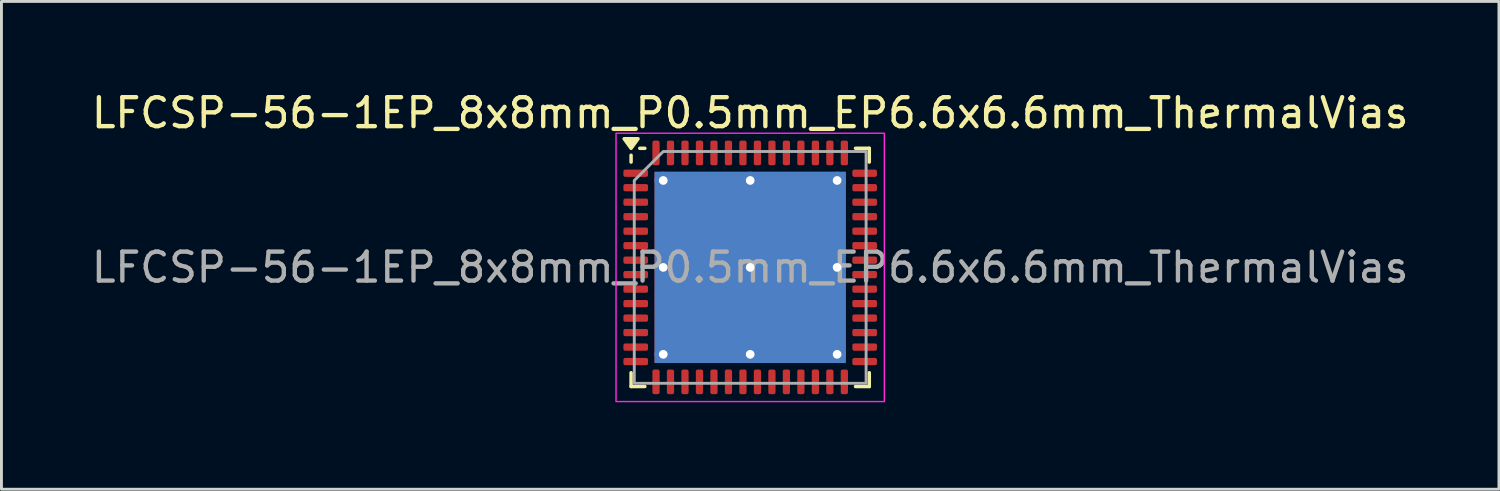
<source format=kicad_pcb>
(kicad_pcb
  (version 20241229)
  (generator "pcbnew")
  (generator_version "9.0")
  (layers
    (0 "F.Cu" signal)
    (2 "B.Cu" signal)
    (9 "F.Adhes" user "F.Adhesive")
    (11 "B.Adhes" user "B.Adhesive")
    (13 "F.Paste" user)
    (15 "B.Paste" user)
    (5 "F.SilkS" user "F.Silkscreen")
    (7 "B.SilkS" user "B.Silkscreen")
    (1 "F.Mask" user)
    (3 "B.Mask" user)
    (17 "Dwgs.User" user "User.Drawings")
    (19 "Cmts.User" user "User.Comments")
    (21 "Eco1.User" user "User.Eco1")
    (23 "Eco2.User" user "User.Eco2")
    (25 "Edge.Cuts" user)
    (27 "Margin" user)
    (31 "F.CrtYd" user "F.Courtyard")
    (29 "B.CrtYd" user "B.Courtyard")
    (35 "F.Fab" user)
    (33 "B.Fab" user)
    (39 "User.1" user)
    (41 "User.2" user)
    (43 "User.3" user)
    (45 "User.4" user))
  (footprint "LFCSP-56-1EP_8x8mm_P0.5mm_EP6.6x6.6mm_ThermalVias"
    (layer "F.Cu")
    (at 22.839 6.178)
    (property "Reference" "LFCSP-56-1EP_8x8mm_P0.5mm_EP6.6x6.6mm_ThermalVias" (at 0 -5.33 0) (layer "F.SilkS") (effects (font (size 1 1) (thickness 0.15))))
    (attr smd)
    (fp_line (start -4.11 -3.635) (end -4.11 -3.87) (stroke (width 0.12) (type solid)) (layer "F.SilkS"))
    (fp_line (start -4.11 4.11) (end -4.11 3.635) (stroke (width 0.12) (type solid)) (layer "F.SilkS"))
    (fp_line (start -3.635 -4.11) (end -3.81 -4.11) (stroke (width 0.12) (type solid)) (layer "F.SilkS"))
    (fp_line (start -3.635 4.11) (end -4.11 4.11) (stroke (width 0.12) (type solid)) (layer "F.SilkS"))
    (fp_line (start 3.635 -4.11) (end 4.11 -4.11) (stroke (width 0.12) (type solid)) (layer "F.SilkS"))
    (fp_line (start 3.635 4.11) (end 4.11 4.11) (stroke (width 0.12) (type solid)) (layer "F.SilkS"))
    (fp_line (start 4.11 -4.11) (end 4.11 -3.635) (stroke (width 0.12) (type solid)) (layer "F.SilkS"))
    (fp_line (start 4.11 4.11) (end 4.11 3.635) (stroke (width 0.12) (type solid)) (layer "F.SilkS"))
    (fp_poly (pts (xy -4.11 -4.11) (xy -4.35 -4.44) (xy -3.87 -4.44)) (stroke (width 0.12) (type solid)) (fill yes) (layer "F.SilkS"))
    (fp_rect (start -4.63 -4.63) (end 4.63 4.63) (stroke (width 0.05) (type solid)) (fill no) (layer "F.CrtYd"))
    (fp_poly (pts (xy -4 -3) (xy -4 4) (xy 4 4) (xy 4 -4) (xy -3 -4)) (stroke (width 0.1) (type solid)) (fill no) (layer "F.Fab"))
    (fp_text user "${REFERENCE}" (at 0 0 0) (layer "F.Fab") (effects (font (size 1 1) (thickness 0.15))))
    (pad "" smd custom (at -1.5 -1.5) (size 2.708 2.708) (layers "F.Paste") (options (anchor circle)) (primitives (gr_poly (pts (xy -1.279 -1.156) (xy -1.156 -1.279) (xy 1.156 -1.279) (xy 1.279 -1.156) (xy 1.279 1.156) (xy 1.156 1.279) (xy -1.156 1.279) (xy -1.279 1.156)) (width 0.299) (fill yes))))
    (pad "" smd custom (at -1.5 1.5) (size 2.708 2.708) (layers "F.Paste") (options (anchor circle)) (primitives (gr_poly (pts (xy -1.279 -1.156) (xy -1.156 -1.279) (xy 1.156 -1.279) (xy 1.279 -1.156) (xy 1.279 1.156) (xy 1.156 1.279) (xy -1.156 1.279) (xy -1.279 1.156)) (width 0.299) (fill yes))))
    (pad "" smd custom (at 1.5 -1.5) (size 2.708 2.708) (layers "F.Paste") (options (anchor circle)) (primitives (gr_poly (pts (xy -1.279 -1.156) (xy -1.156 -1.279) (xy 1.156 -1.279) (xy 1.279 -1.156) (xy 1.279 1.156) (xy 1.156 1.279) (xy -1.156 1.279) (xy -1.279 1.156)) (width 0.299) (fill yes))))
    (pad "" smd custom (at 1.5 1.5) (size 2.708 2.708) (layers "F.Paste") (options (anchor circle)) (primitives (gr_poly (pts (xy -1.279 -1.156) (xy -1.156 -1.279) (xy 1.156 -1.279) (xy 1.279 -1.156) (xy 1.279 1.156) (xy 1.156 1.279) (xy -1.156 1.279) (xy -1.279 1.156)) (width 0.299) (fill yes))))
    (pad "1" smd roundrect (at -3.95 -3.25) (size 0.85 0.25) (layers "F.Cu" "F.Mask" "F.Paste") (roundrect_rratio 0.25))
    (pad "2" smd roundrect (at -3.95 -2.75) (size 0.85 0.25) (layers "F.Cu" "F.Mask" "F.Paste") (roundrect_rratio 0.25))
    (pad "3" smd roundrect (at -3.95 -2.25) (size 0.85 0.25) (layers "F.Cu" "F.Mask" "F.Paste") (roundrect_rratio 0.25))
    (pad "4" smd roundrect (at -3.95 -1.75) (size 0.85 0.25) (layers "F.Cu" "F.Mask" "F.Paste") (roundrect_rratio 0.25))
    (pad "5" smd roundrect (at -3.95 -1.25) (size 0.85 0.25) (layers "F.Cu" "F.Mask" "F.Paste") (roundrect_rratio 0.25))
    (pad "6" smd roundrect (at -3.95 -0.75) (size 0.85 0.25) (layers "F.Cu" "F.Mask" "F.Paste") (roundrect_rratio 0.25))
    (pad "7" smd roundrect (at -3.95 -0.25) (size 0.85 0.25) (layers "F.Cu" "F.Mask" "F.Paste") (roundrect_rratio 0.25))
    (pad "8" smd roundrect (at -3.95 0.25) (size 0.85 0.25) (layers "F.Cu" "F.Mask" "F.Paste") (roundrect_rratio 0.25))
    (pad "9" smd roundrect (at -3.95 0.75) (size 0.85 0.25) (layers "F.Cu" "F.Mask" "F.Paste") (roundrect_rratio 0.25))
    (pad "10" smd roundrect (at -3.95 1.25) (size 0.85 0.25) (layers "F.Cu" "F.Mask" "F.Paste") (roundrect_rratio 0.25))
    (pad "11" smd roundrect (at -3.95 1.75) (size 0.85 0.25) (layers "F.Cu" "F.Mask" "F.Paste") (roundrect_rratio 0.25))
    (pad "12" smd roundrect (at -3.95 2.25) (size 0.85 0.25) (layers "F.Cu" "F.Mask" "F.Paste") (roundrect_rratio 0.25))
    (pad "13" smd roundrect (at -3.95 2.75) (size 0.85 0.25) (layers "F.Cu" "F.Mask" "F.Paste") (roundrect_rratio 0.25))
    (pad "14" smd roundrect (at -3.95 3.25) (size 0.85 0.25) (layers "F.Cu" "F.Mask" "F.Paste") (roundrect_rratio 0.25))
    (pad "15" smd roundrect (at -3.25 3.95) (size 0.25 0.85) (layers "F.Cu" "F.Mask" "F.Paste") (roundrect_rratio 0.25))
    (pad "16" smd roundrect (at -2.75 3.95) (size 0.25 0.85) (layers "F.Cu" "F.Mask" "F.Paste") (roundrect_rratio 0.25))
    (pad "17" smd roundrect (at -2.25 3.95) (size 0.25 0.85) (layers "F.Cu" "F.Mask" "F.Paste") (roundrect_rratio 0.25))
    (pad "18" smd roundrect (at -1.75 3.95) (size 0.25 0.85) (layers "F.Cu" "F.Mask" "F.Paste") (roundrect_rratio 0.25))
    (pad "19" smd roundrect (at -1.25 3.95) (size 0.25 0.85) (layers "F.Cu" "F.Mask" "F.Paste") (roundrect_rratio 0.25))
    (pad "20" smd roundrect (at -0.75 3.95) (size 0.25 0.85) (layers "F.Cu" "F.Mask" "F.Paste") (roundrect_rratio 0.25))
    (pad "21" smd roundrect (at -0.25 3.95) (size 0.25 0.85) (layers "F.Cu" "F.Mask" "F.Paste") (roundrect_rratio 0.25))
    (pad "22" smd roundrect (at 0.25 3.95) (size 0.25 0.85) (layers "F.Cu" "F.Mask" "F.Paste") (roundrect_rratio 0.25))
    (pad "23" smd roundrect (at 0.75 3.95) (size 0.25 0.85) (layers "F.Cu" "F.Mask" "F.Paste") (roundrect_rratio 0.25))
    (pad "24" smd roundrect (at 1.25 3.95) (size 0.25 0.85) (layers "F.Cu" "F.Mask" "F.Paste") (roundrect_rratio 0.25))
    (pad "25" smd roundrect (at 1.75 3.95) (size 0.25 0.85) (layers "F.Cu" "F.Mask" "F.Paste") (roundrect_rratio 0.25))
    (pad "26" smd roundrect (at 2.25 3.95) (size 0.25 0.85) (layers "F.Cu" "F.Mask" "F.Paste") (roundrect_rratio 0.25))
    (pad "27" smd roundrect (at 2.75 3.95) (size 0.25 0.85) (layers "F.Cu" "F.Mask" "F.Paste") (roundrect_rratio 0.25))
    (pad "28" smd roundrect (at 3.25 3.95) (size 0.25 0.85) (layers "F.Cu" "F.Mask" "F.Paste") (roundrect_rratio 0.25))
    (pad "29" smd roundrect (at 3.95 3.25) (size 0.85 0.25) (layers "F.Cu" "F.Mask" "F.Paste") (roundrect_rratio 0.25))
    (pad "30" smd roundrect (at 3.95 2.75) (size 0.85 0.25) (layers "F.Cu" "F.Mask" "F.Paste") (roundrect_rratio 0.25))
    (pad "31" smd roundrect (at 3.95 2.25) (size 0.85 0.25) (layers "F.Cu" "F.Mask" "F.Paste") (roundrect_rratio 0.25))
    (pad "32" smd roundrect (at 3.95 1.75) (size 0.85 0.25) (layers "F.Cu" "F.Mask" "F.Paste") (roundrect_rratio 0.25))
    (pad "33" smd roundrect (at 3.95 1.25) (size 0.85 0.25) (layers "F.Cu" "F.Mask" "F.Paste") (roundrect_rratio 0.25))
    (pad "34" smd roundrect (at 3.95 0.75) (size 0.85 0.25) (layers "F.Cu" "F.Mask" "F.Paste") (roundrect_rratio 0.25))
    (pad "35" smd roundrect (at 3.95 0.25) (size 0.85 0.25) (layers "F.Cu" "F.Mask" "F.Paste") (roundrect_rratio 0.25))
    (pad "36" smd roundrect (at 3.95 -0.25) (size 0.85 0.25) (layers "F.Cu" "F.Mask" "F.Paste") (roundrect_rratio 0.25))
    (pad "37" smd roundrect (at 3.95 -0.75) (size 0.85 0.25) (layers "F.Cu" "F.Mask" "F.Paste") (roundrect_rratio 0.25))
    (pad "38" smd roundrect (at 3.95 -1.25) (size 0.85 0.25) (layers "F.Cu" "F.Mask" "F.Paste") (roundrect_rratio 0.25))
    (pad "39" smd roundrect (at 3.95 -1.75) (size 0.85 0.25) (layers "F.Cu" "F.Mask" "F.Paste") (roundrect_rratio 0.25))
    (pad "40" smd roundrect (at 3.95 -2.25) (size 0.85 0.25) (layers "F.Cu" "F.Mask" "F.Paste") (roundrect_rratio 0.25))
    (pad "41" smd roundrect (at 3.95 -2.75) (size 0.85 0.25) (layers "F.Cu" "F.Mask" "F.Paste") (roundrect_rratio 0.25))
    (pad "42" smd roundrect (at 3.95 -3.25) (size 0.85 0.25) (layers "F.Cu" "F.Mask" "F.Paste") (roundrect_rratio 0.25))
    (pad "43" smd roundrect (at 3.25 -3.95) (size 0.25 0.85) (layers "F.Cu" "F.Mask" "F.Paste") (roundrect_rratio 0.25))
    (pad "44" smd roundrect (at 2.75 -3.95) (size 0.25 0.85) (layers "F.Cu" "F.Mask" "F.Paste") (roundrect_rratio 0.25))
    (pad "45" smd roundrect (at 2.25 -3.95) (size 0.25 0.85) (layers "F.Cu" "F.Mask" "F.Paste") (roundrect_rratio 0.25))
    (pad "46" smd roundrect (at 1.75 -3.95) (size 0.25 0.85) (layers "F.Cu" "F.Mask" "F.Paste") (roundrect_rratio 0.25))
    (pad "47" smd roundrect (at 1.25 -3.95) (size 0.25 0.85) (layers "F.Cu" "F.Mask" "F.Paste") (roundrect_rratio 0.25))
    (pad "48" smd roundrect (at 0.75 -3.95) (size 0.25 0.85) (layers "F.Cu" "F.Mask" "F.Paste") (roundrect_rratio 0.25))
    (pad "49" smd roundrect (at 0.25 -3.95) (size 0.25 0.85) (layers "F.Cu" "F.Mask" "F.Paste") (roundrect_rratio 0.25))
    (pad "50" smd roundrect (at -0.25 -3.95) (size 0.25 0.85) (layers "F.Cu" "F.Mask" "F.Paste") (roundrect_rratio 0.25))
    (pad "51" smd roundrect (at -0.75 -3.95) (size 0.25 0.85) (layers "F.Cu" "F.Mask" "F.Paste") (roundrect_rratio 0.25))
    (pad "52" smd roundrect (at -1.25 -3.95) (size 0.25 0.85) (layers "F.Cu" "F.Mask" "F.Paste") (roundrect_rratio 0.25))
    (pad "53" smd roundrect (at -1.75 -3.95) (size 0.25 0.85) (layers "F.Cu" "F.Mask" "F.Paste") (roundrect_rratio 0.25))
    (pad "54" smd roundrect (at -2.25 -3.95) (size 0.25 0.85) (layers "F.Cu" "F.Mask" "F.Paste") (roundrect_rratio 0.25))
    (pad "55" smd roundrect (at -2.75 -3.95) (size 0.25 0.85) (layers "F.Cu" "F.Mask" "F.Paste") (roundrect_rratio 0.25))
    (pad "56" smd roundrect (at -3.25 -3.95) (size 0.25 0.85) (layers "F.Cu" "F.Mask" "F.Paste") (roundrect_rratio 0.25))
    (pad "57" thru_hole circle (at -3 -3) (size 0.6 0.6) (drill 0.3) (property pad_prop_heatsink) (layers "*.Cu"))
    (pad "57" thru_hole circle (at -3 0) (size 0.6 0.6) (drill 0.3) (property pad_prop_heatsink) (layers "*.Cu"))
    (pad "57" thru_hole circle (at -3 3) (size 0.6 0.6) (drill 0.3) (property pad_prop_heatsink) (layers "*.Cu"))
    (pad "57" thru_hole circle (at 0 -3) (size 0.6 0.6) (drill 0.3) (property pad_prop_heatsink) (layers "*.Cu"))
    (pad "57" thru_hole circle (at 0 0) (size 0.6 0.6) (drill 0.3) (property pad_prop_heatsink) (layers "*.Cu"))
    (pad "57" smd rect (at 0 0) (size 6.6 6.6) (property pad_prop_heatsink) (layers "F.Cu" "F.Mask"))
    (pad "57" smd rect (at 0 0) (size 6.6 6.6) (property pad_prop_heatsink) (layers "B.Cu"))
    (pad "57" thru_hole circle (at 0 3) (size 0.6 0.6) (drill 0.3) (property pad_prop_heatsink) (layers "*.Cu"))
    (pad "57" thru_hole circle (at 3 -3) (size 0.6 0.6) (drill 0.3) (property pad_prop_heatsink) (layers "*.Cu"))
    (pad "57" thru_hole circle (at 3 0) (size 0.6 0.6) (drill 0.3) (property pad_prop_heatsink) (layers "*.Cu"))
    (pad "57" thru_hole circle (at 3 3) (size 0.6 0.6) (drill 0.3) (property pad_prop_heatsink) (layers "*.Cu")))
  (gr_rect
    (start -3 -3)
    (end 48.679 13.833)
    (stroke (width 0.1) (type default))
    (fill no)
    (layer "Edge.Cuts")))
</source>
